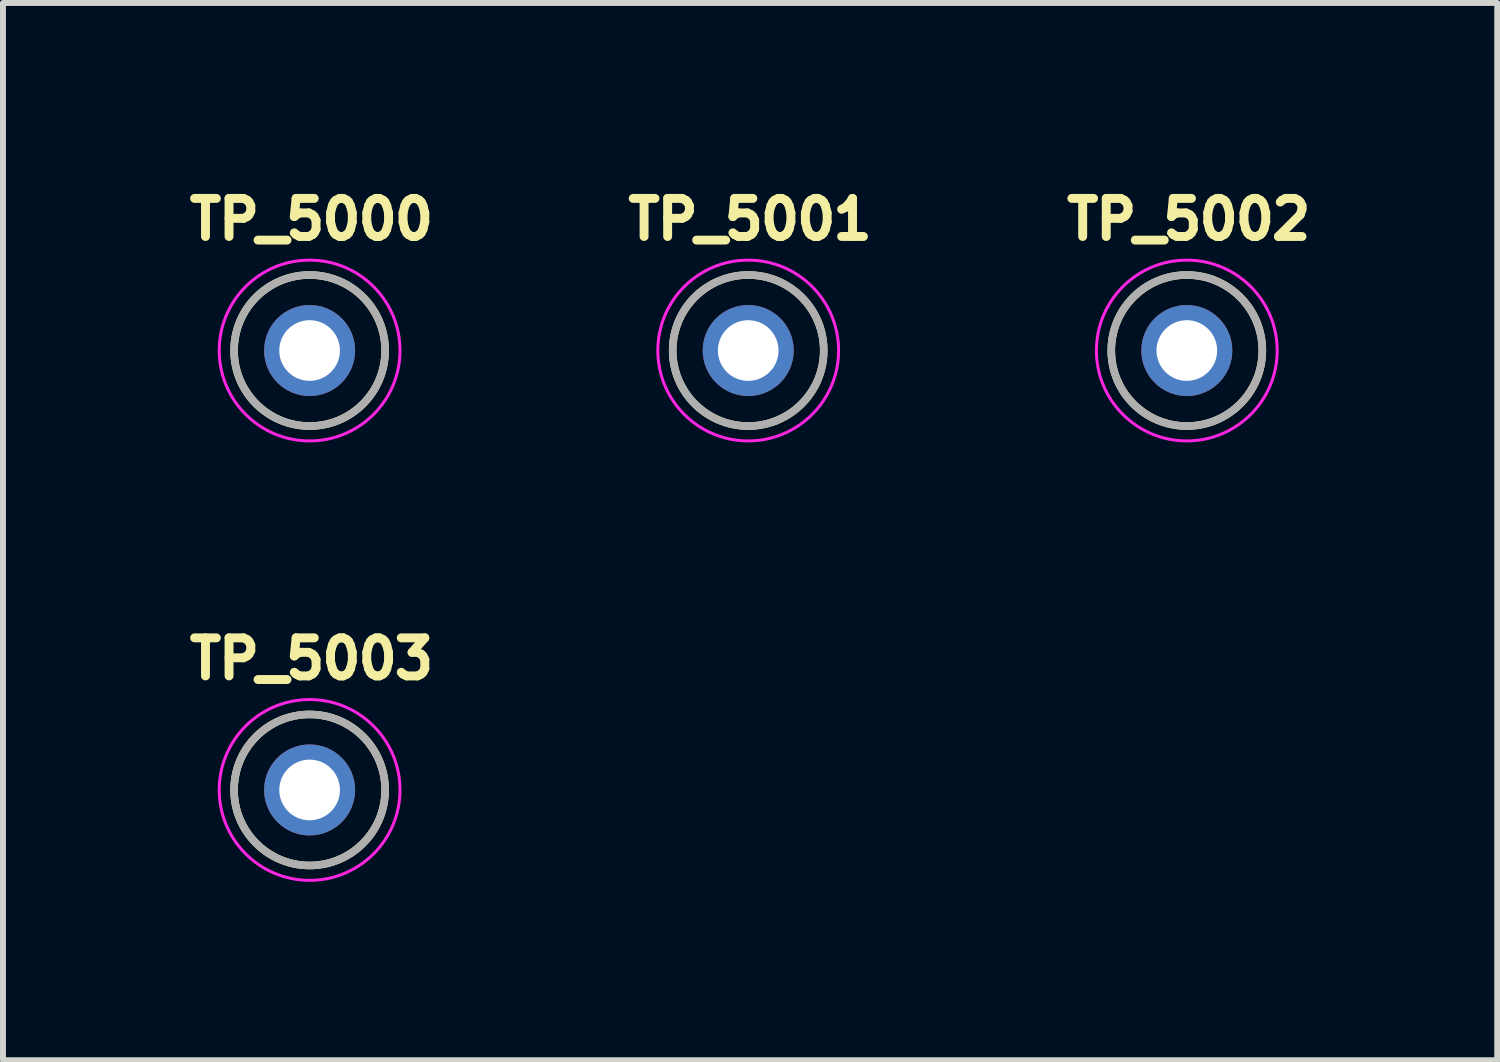
<source format=kicad_pcb>
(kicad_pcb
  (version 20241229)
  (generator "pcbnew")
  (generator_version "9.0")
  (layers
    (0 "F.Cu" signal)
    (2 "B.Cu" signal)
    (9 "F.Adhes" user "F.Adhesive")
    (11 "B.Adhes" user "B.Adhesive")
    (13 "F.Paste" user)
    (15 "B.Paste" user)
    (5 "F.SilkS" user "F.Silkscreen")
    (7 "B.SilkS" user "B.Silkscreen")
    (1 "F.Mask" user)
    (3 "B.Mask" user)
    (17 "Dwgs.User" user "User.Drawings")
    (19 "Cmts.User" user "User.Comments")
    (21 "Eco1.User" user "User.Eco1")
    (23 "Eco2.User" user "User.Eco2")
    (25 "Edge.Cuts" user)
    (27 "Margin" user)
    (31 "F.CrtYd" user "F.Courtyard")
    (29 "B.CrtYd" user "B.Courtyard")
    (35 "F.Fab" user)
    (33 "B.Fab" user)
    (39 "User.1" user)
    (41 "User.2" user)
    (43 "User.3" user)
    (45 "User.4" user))
  (footprint "TP_5002"
    (layer "F.Cu")
    (at 16.906 2.844)
    (property "Reference" "TP_5002" (at 0.032 -2.206 0) (layer "F.SilkS") (effects (font (size 0.64 0.64) (thickness 0.15))))
    (attr through_hole)
    (fp_circle (center 0 0) (end 1.27 0) (stroke (width 0.127) (type solid)) (fill no) (layer "F.SilkS"))
    (fp_circle (center 0 0) (end 1.52 0) (stroke (width 0.05) (type solid)) (fill no) (layer "F.CrtYd"))
    (fp_circle (center 0 0) (end 1.27 0) (stroke (width 0.127) (type solid)) (fill no) (layer "F.Fab"))
    (pad "TP" thru_hole circle (at 0 0) (size 1.53 1.53) (drill 1.02) (layers "*.Cu" "*.Mask")))
  (footprint "TP_5001"
    (layer "F.Cu")
    (at 9.531 2.844)
    (property "Reference" "TP_5001" (at 0.032 -2.206 0) (layer "F.SilkS") (effects (font (size 0.64 0.64) (thickness 0.15))))
    (attr through_hole)
    (fp_circle (center 0 0) (end 1.27 0) (stroke (width 0.127) (type solid)) (fill no) (layer "F.SilkS"))
    (fp_circle (center 0 0) (end 1.52 0) (stroke (width 0.05) (type solid)) (fill no) (layer "F.CrtYd"))
    (fp_circle (center 0 0) (end 1.27 0) (stroke (width 0.127) (type solid)) (fill no) (layer "F.Fab"))
    (pad "TP" thru_hole circle (at 0 0) (size 1.53 1.53) (drill 1.02) (layers "*.Cu" "*.Mask")))
  (footprint "TP_5000"
    (layer "F.Cu")
    (at 2.156 2.844)
    (property "Reference" "TP_5000" (at 0.032 -2.206 0) (layer "F.SilkS") (effects (font (size 0.64 0.64) (thickness 0.15))))
    (attr through_hole)
    (fp_circle (center 0 0) (end 1.27 0) (stroke (width 0.127) (type solid)) (fill no) (layer "F.SilkS"))
    (fp_circle (center 0 0) (end 1.52 0) (stroke (width 0.05) (type solid)) (fill no) (layer "F.CrtYd"))
    (fp_circle (center 0 0) (end 1.27 0) (stroke (width 0.127) (type solid)) (fill no) (layer "F.Fab"))
    (pad "TP" thru_hole circle (at 0 0) (size 1.53 1.53) (drill 1.02) (layers "*.Cu" "*.Mask")))
  (footprint "TP_5003"
    (layer "F.Cu")
    (at 2.156 10.233)
    (property "Reference" "TP_5003" (at 0.032 -2.206 0) (layer "F.SilkS") (effects (font (size 0.64 0.64) (thickness 0.15))))
    (attr through_hole)
    (fp_circle (center 0 0) (end 1.27 0) (stroke (width 0.127) (type solid)) (fill no) (layer "F.SilkS"))
    (fp_circle (center 0 0) (end 1.52 0) (stroke (width 0.05) (type solid)) (fill no) (layer "F.CrtYd"))
    (fp_circle (center 0 0) (end 1.27 0) (stroke (width 0.127) (type solid)) (fill no) (layer "F.Fab"))
    (pad "TP" thru_hole circle (at 0 0) (size 1.53 1.53) (drill 1.02) (layers "*.Cu" "*.Mask")))
  (gr_rect
    (start -3 -3)
    (end 22.126 14.778)
    (stroke (width 0.1) (type default))
    (fill no)
    (layer "Edge.Cuts")))
</source>
